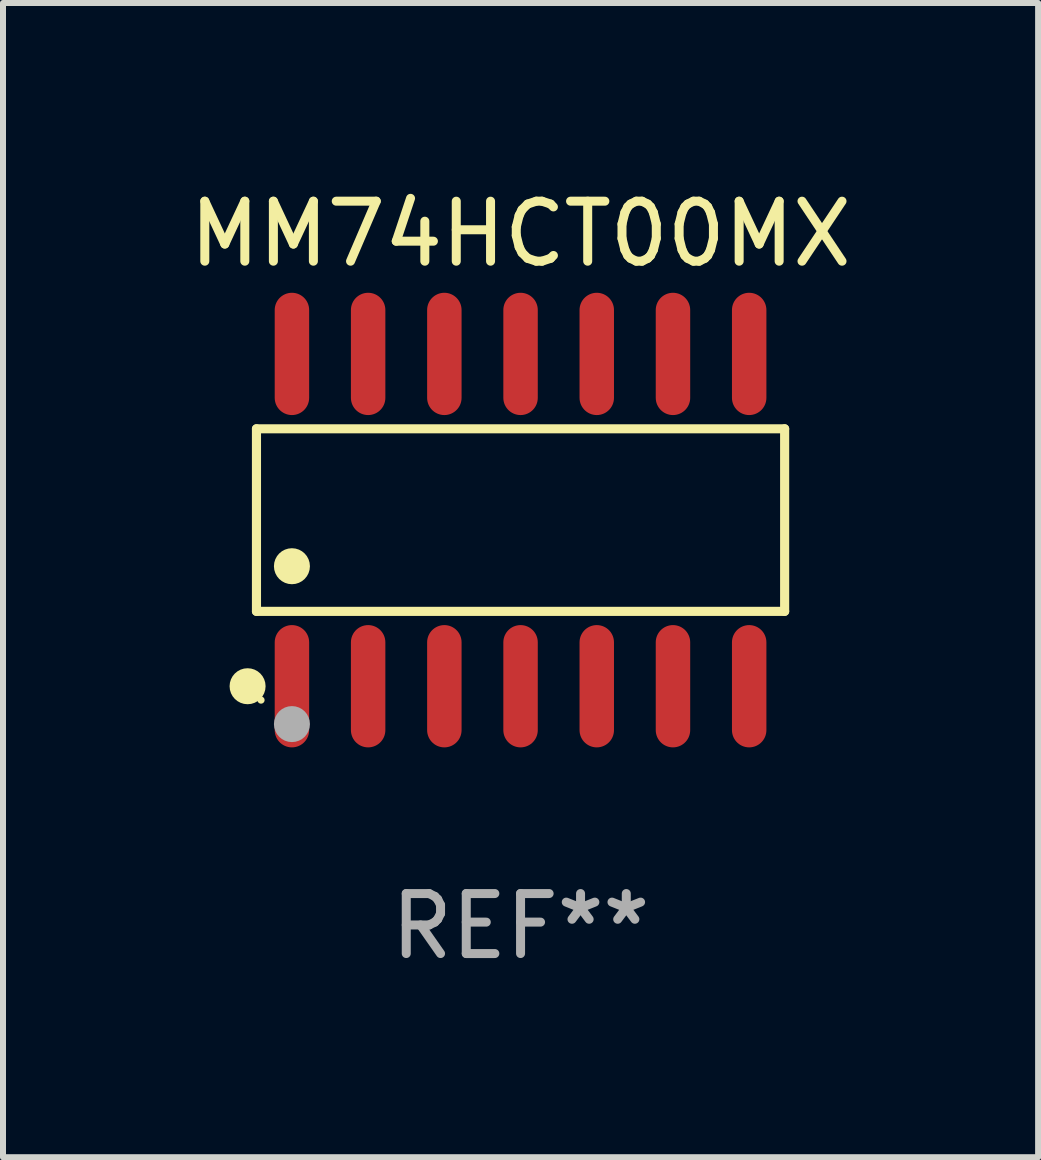
<source format=kicad_pcb>
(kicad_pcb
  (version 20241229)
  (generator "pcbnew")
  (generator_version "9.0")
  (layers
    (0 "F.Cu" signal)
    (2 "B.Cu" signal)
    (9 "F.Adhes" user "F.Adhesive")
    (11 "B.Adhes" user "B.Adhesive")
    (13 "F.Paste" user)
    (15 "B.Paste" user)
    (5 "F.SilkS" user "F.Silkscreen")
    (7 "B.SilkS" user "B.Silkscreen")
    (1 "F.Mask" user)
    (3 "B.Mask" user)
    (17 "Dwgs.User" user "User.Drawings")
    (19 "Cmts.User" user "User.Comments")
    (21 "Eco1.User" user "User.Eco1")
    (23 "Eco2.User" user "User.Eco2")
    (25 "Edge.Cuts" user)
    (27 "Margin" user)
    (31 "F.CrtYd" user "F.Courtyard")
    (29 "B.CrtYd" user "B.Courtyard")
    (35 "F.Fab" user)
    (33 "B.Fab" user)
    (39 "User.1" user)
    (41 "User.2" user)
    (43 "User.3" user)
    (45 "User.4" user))
  (footprint "MM74HCT00MX"
    (layer "F.Cu")
    (at 5.625 5.617)
    (property "Reference" "MM74HCT00MX" (at 0 -4.769 0) (layer "F.SilkS") (effects (font (size 1 1) (thickness 0.15))))
    (attr through_hole)
    (fp_line (start -4.401 -1.521) (end 4.401 -1.521) (stroke (width 0.152) (type solid)) (layer "F.SilkS"))
    (fp_line (start -4.401 1.521) (end -4.401 -1.521) (stroke (width 0.152) (type solid)) (layer "F.SilkS"))
    (fp_line (start 4.401 -1.521) (end 4.401 1.521) (stroke (width 0.152) (type solid)) (layer "F.SilkS"))
    (fp_line (start 4.401 1.521) (end -4.401 1.521) (stroke (width 0.152) (type solid)) (layer "F.SilkS"))
    (fp_circle (center -4.549 2.769) (end -4.399 2.769) (stroke (width 0.3) (type solid)) (fill no) (layer "F.SilkS"))
    (fp_circle (center -4.325 3) (end -4.295 3) (stroke (width 0.06) (type solid)) (fill no) (layer "F.SilkS"))
    (fp_circle (center -3.81 0.769) (end -3.66 0.769) (stroke (width 0.3) (type solid)) (fill no) (layer "F.SilkS"))
    (fp_circle (center -3.81 3.4) (end -3.66 3.4) (stroke (width 0.3) (type solid)) (fill no) (layer "F.Fab"))
    (fp_text user "REF**" (at 0 6.769 0) (layer "F.Fab") (effects (font (size 1 1) (thickness 0.15))))
    (pad "1" smd oval (at -3.81 2.769) (size 0.574 2.038) (layers "F.Cu" "F.Mask" "F.Paste"))
    (pad "2" smd oval (at -2.54 2.769) (size 0.574 2.038) (layers "F.Cu" "F.Mask" "F.Paste"))
    (pad "3" smd oval (at -1.27 2.769) (size 0.574 2.038) (layers "F.Cu" "F.Mask" "F.Paste"))
    (pad "4" smd oval (at 0 2.769) (size 0.574 2.038) (layers "F.Cu" "F.Mask" "F.Paste"))
    (pad "5" smd oval (at 1.27 2.769) (size 0.574 2.038) (layers "F.Cu" "F.Mask" "F.Paste"))
    (pad "6" smd oval (at 2.54 2.769) (size 0.574 2.038) (layers "F.Cu" "F.Mask" "F.Paste"))
    (pad "7" smd oval (at 3.81 2.769) (size 0.574 2.038) (layers "F.Cu" "F.Mask" "F.Paste"))
    (pad "8" smd oval (at 3.81 -2.769) (size 0.574 2.038) (layers "F.Cu" "F.Mask" "F.Paste"))
    (pad "9" smd oval (at 2.54 -2.769) (size 0.574 2.038) (layers "F.Cu" "F.Mask" "F.Paste"))
    (pad "10" smd oval (at 1.27 -2.769) (size 0.574 2.038) (layers "F.Cu" "F.Mask" "F.Paste"))
    (pad "11" smd oval (at 0 -2.769) (size 0.574 2.038) (layers "F.Cu" "F.Mask" "F.Paste"))
    (pad "12" smd oval (at -1.27 -2.769) (size 0.574 2.038) (layers "F.Cu" "F.Mask" "F.Paste"))
    (pad "13" smd oval (at -2.54 -2.769) (size 0.574 2.038) (layers "F.Cu" "F.Mask" "F.Paste"))
    (pad "14" smd oval (at -3.81 -2.769) (size 0.574 2.038) (layers "F.Cu" "F.Mask" "F.Paste")))
  (gr_rect
    (start -3 -3)
    (end 14.25 16.235)
    (stroke (width 0.1) (type default))
    (fill no)
    (layer "Edge.Cuts")))
</source>
